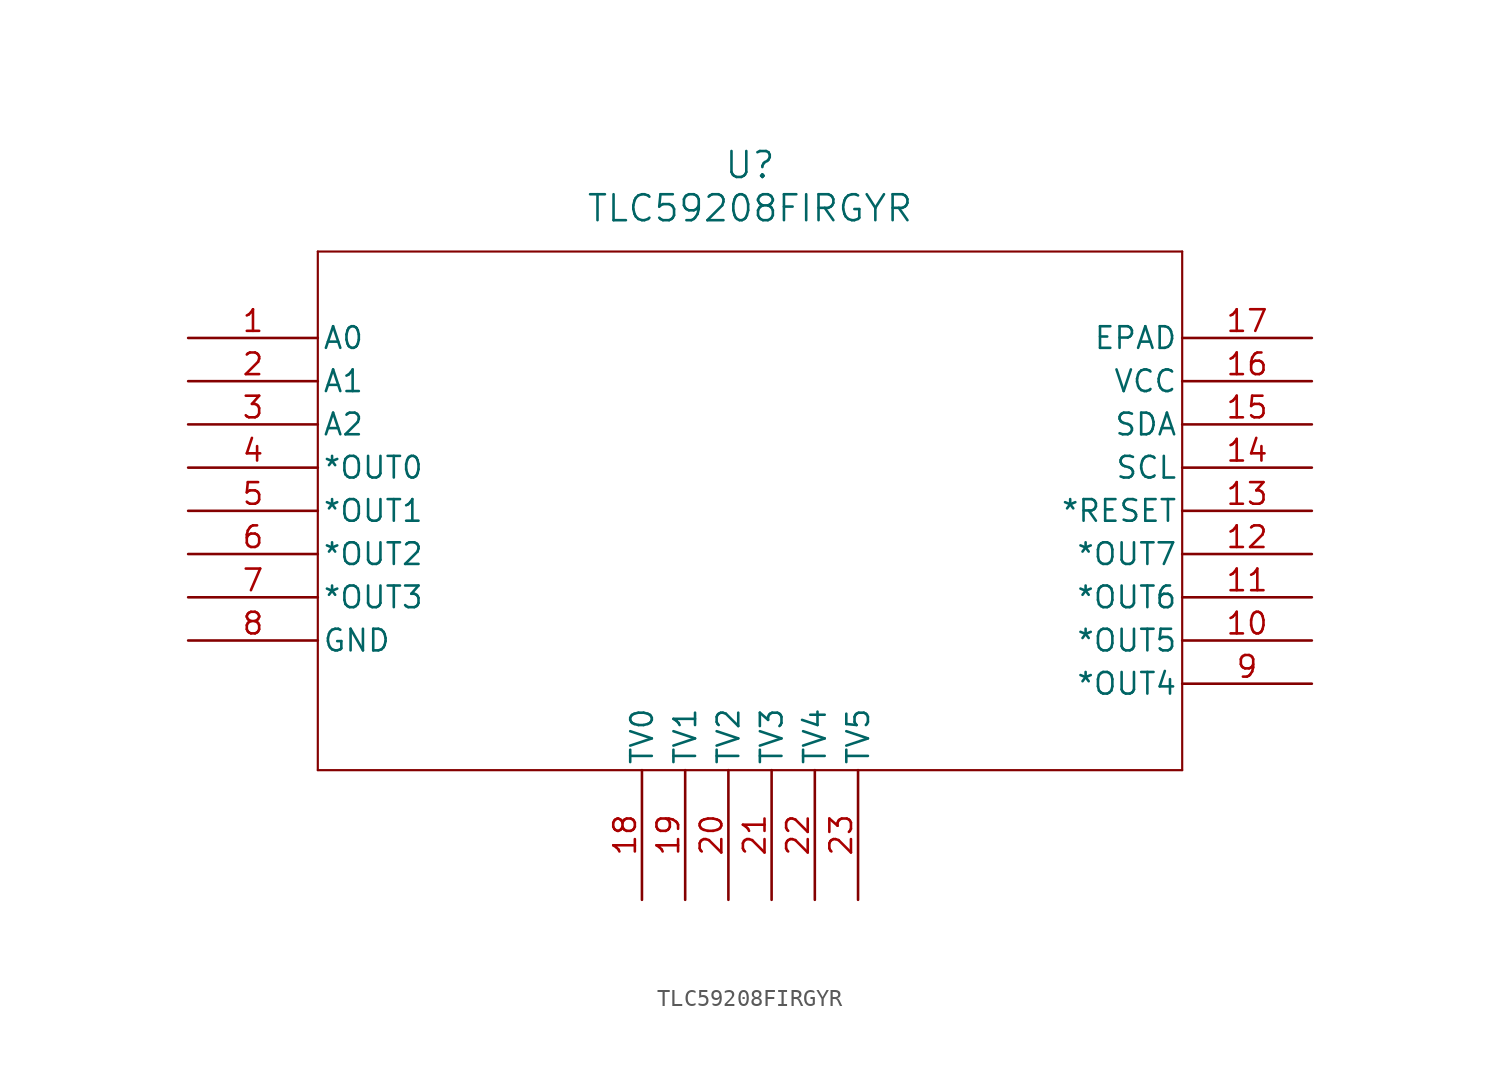
<source format=kicad_sym>
(kicad_symbol_lib
  (version 20241209)
  (generator "kicad_symbol_editor")
  (generator_version "9.0")
  (symbol "TLC59208FIRGYR"
    (pin_names
      (offset 0.254))
    (property "Reference" "U"
      (at 33.02 10.16 0)
      (effects (font (size 1.524 1.524))))
    (property "Value" "TLC59208FIRGYR"
      (at 33.02 7.62 0)
      (effects (font (size 1.524 1.524))))
    (property "ki_locked" ""
      (at 0 0 0)
      (effects (font (size 1.27 1.27))))
    (symbol "TLC59208FIRGYR_0_1"
      (polyline (pts (xy 7.62 5.08) (xy 7.62 -25.4)) (stroke (width 0.127) (type default)) (fill (type none)))
      (polyline (pts (xy 7.62 -25.4) (xy 58.42 -25.4)) (stroke (width 0.127) (type default)) (fill (type none)))
      (polyline (pts (xy 58.42 5.08) (xy 7.62 5.08)) (stroke (width 0.127) (type default)) (fill (type none)))
      (polyline (pts (xy 58.42 -25.4) (xy 58.42 5.08)) (stroke (width 0.127) (type default)) (fill (type none)))
      (pin input line (at 0 0 0) (length 7.62) (name "A0" (effects (font (size 1.27 1.27)))) (number "1" (effects (font (size 1.27 1.27)))))
      (pin input line (at 0 -2.54 0) (length 7.62) (name "A1" (effects (font (size 1.27 1.27)))) (number "2" (effects (font (size 1.27 1.27)))))
      (pin input line (at 0 -5.08 0) (length 7.62) (name "A2" (effects (font (size 1.27 1.27)))) (number "3" (effects (font (size 1.27 1.27)))))
      (pin output line (at 0 -7.62 0) (length 7.62) (name "*OUT0" (effects (font (size 1.27 1.27)))) (number "4" (effects (font (size 1.27 1.27)))))
      (pin output line (at 0 -10.16 0) (length 7.62) (name "*OUT1" (effects (font (size 1.27 1.27)))) (number "5" (effects (font (size 1.27 1.27)))))
      (pin output line (at 0 -12.7 0) (length 7.62) (name "*OUT2" (effects (font (size 1.27 1.27)))) (number "6" (effects (font (size 1.27 1.27)))))
      (pin output line (at 0 -15.24 0) (length 7.62) (name "*OUT3" (effects (font (size 1.27 1.27)))) (number "7" (effects (font (size 1.27 1.27)))))
      (pin power_in line (at 0 -17.78 0) (length 7.62) (name "GND" (effects (font (size 1.27 1.27)))) (number "8" (effects (font (size 1.27 1.27)))))
      (pin power_in line (at 66.04 -2.54 180) (length 7.62) (name "VCC" (effects (font (size 1.27 1.27)))) (number "16" (effects (font (size 1.27 1.27)))))
      (pin bidirectional line (at 66.04 -5.08 180) (length 7.62) (name "SDA" (effects (font (size 1.27 1.27)))) (number "15" (effects (font (size 1.27 1.27)))))
      (pin input line (at 66.04 -7.62 180) (length 7.62) (name "SCL" (effects (font (size 1.27 1.27)))) (number "14" (effects (font (size 1.27 1.27)))))
      (pin input line (at 66.04 -10.16 180) (length 7.62) (name "*RESET" (effects (font (size 1.27 1.27)))) (number "13" (effects (font (size 1.27 1.27)))))
      (pin output line (at 66.04 -12.7 180) (length 7.62) (name "*OUT7" (effects (font (size 1.27 1.27)))) (number "12" (effects (font (size 1.27 1.27)))))
      (pin output line (at 66.04 -15.24 180) (length 7.62) (name "*OUT6" (effects (font (size 1.27 1.27)))) (number "11" (effects (font (size 1.27 1.27)))))
      (pin output line (at 66.04 -17.78 180) (length 7.62) (name "*OUT5" (effects (font (size 1.27 1.27)))) (number "10" (effects (font (size 1.27 1.27)))))
      (pin output line (at 66.04 -20.32 180) (length 7.62) (name "*OUT4" (effects (font (size 1.27 1.27)))) (number "9" (effects (font (size 1.27 1.27))))))
    (symbol "TLC59208FIRGYR_1_1"
      (pin power_in line (at 26.67 -33.02 90) (length 7.62) (name "TV0" (effects (font (size 1.27 1.27)))) (number "18" (effects (font (size 1.27 1.27)))))
      (pin power_in line (at 29.21 -33.02 90) (length 7.62) (name "TV1" (effects (font (size 1.27 1.27)))) (number "19" (effects (font (size 1.27 1.27)))))
      (pin power_in line (at 31.75 -33.02 90) (length 7.62) (name "TV2" (effects (font (size 1.27 1.27)))) (number "20" (effects (font (size 1.27 1.27)))))
      (pin power_in line (at 34.29 -33.02 90) (length 7.62) (name "TV3" (effects (font (size 1.27 1.27)))) (number "21" (effects (font (size 1.27 1.27)))))
      (pin power_in line (at 36.83 -33.02 90) (length 7.62) (name "TV4" (effects (font (size 1.27 1.27)))) (number "22" (effects (font (size 1.27 1.27)))))
      (pin power_in line (at 39.37 -33.02 90) (length 7.62) (name "TV5" (effects (font (size 1.27 1.27)))) (number "23" (effects (font (size 1.27 1.27)))))
      (pin power_in line (at 66.04 0 180) (length 7.62) (name "EPAD" (effects (font (size 1.27 1.27)))) (number "17" (effects (font (size 1.27 1.27))))))))
</source>
